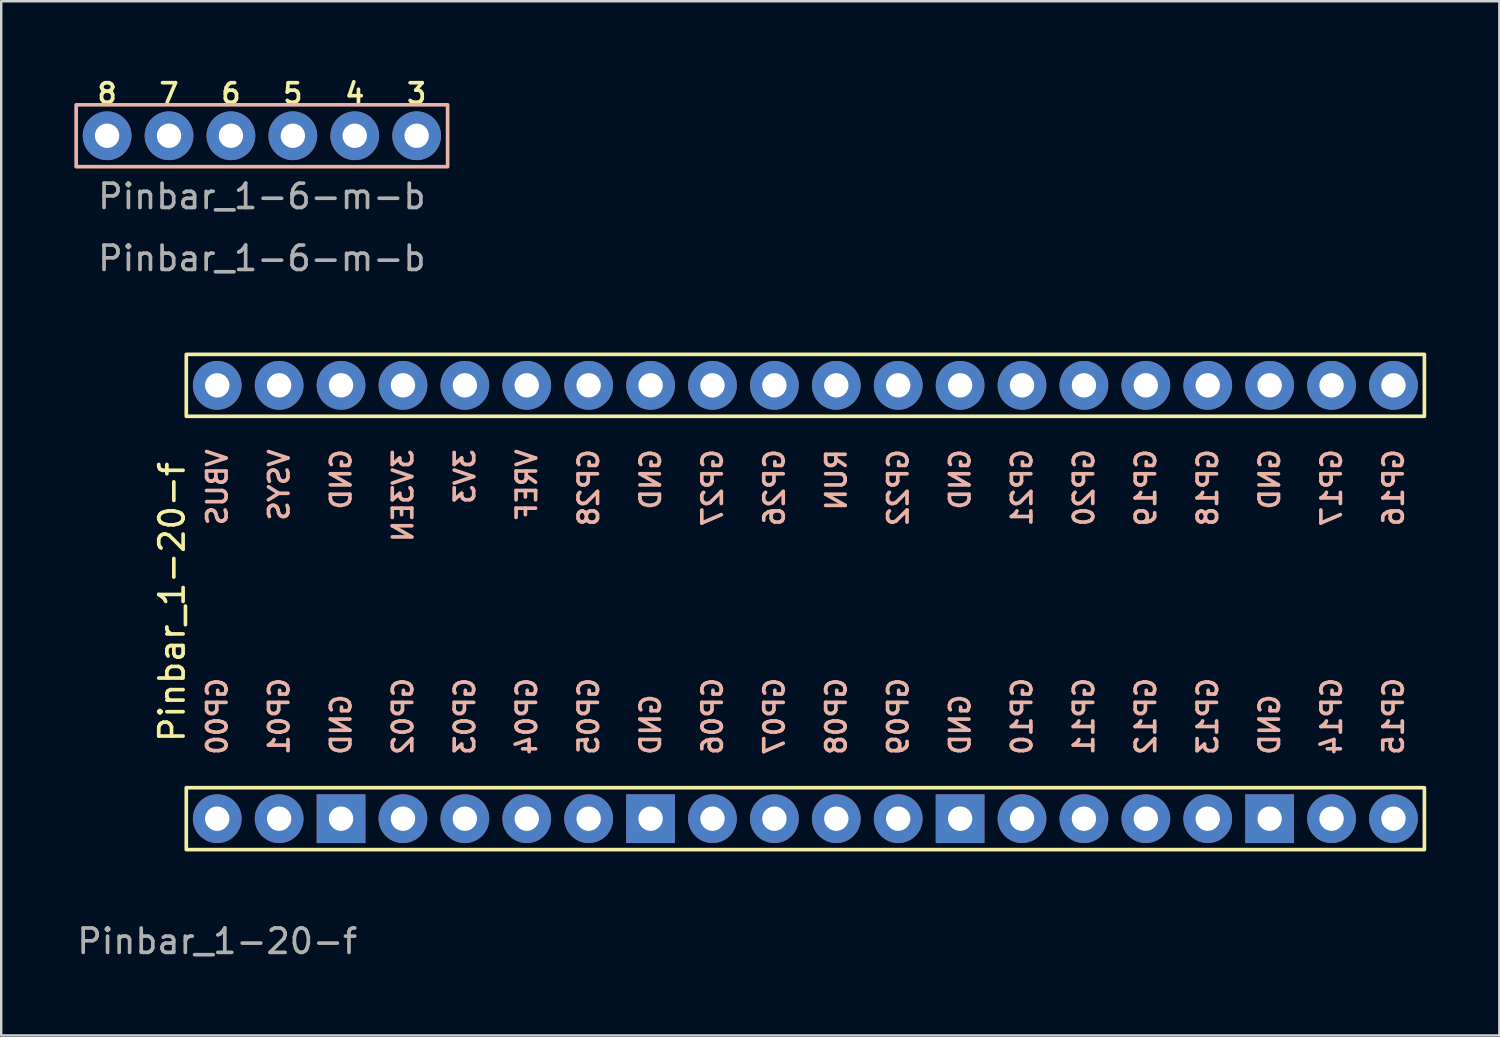
<source format=kicad_pcb>
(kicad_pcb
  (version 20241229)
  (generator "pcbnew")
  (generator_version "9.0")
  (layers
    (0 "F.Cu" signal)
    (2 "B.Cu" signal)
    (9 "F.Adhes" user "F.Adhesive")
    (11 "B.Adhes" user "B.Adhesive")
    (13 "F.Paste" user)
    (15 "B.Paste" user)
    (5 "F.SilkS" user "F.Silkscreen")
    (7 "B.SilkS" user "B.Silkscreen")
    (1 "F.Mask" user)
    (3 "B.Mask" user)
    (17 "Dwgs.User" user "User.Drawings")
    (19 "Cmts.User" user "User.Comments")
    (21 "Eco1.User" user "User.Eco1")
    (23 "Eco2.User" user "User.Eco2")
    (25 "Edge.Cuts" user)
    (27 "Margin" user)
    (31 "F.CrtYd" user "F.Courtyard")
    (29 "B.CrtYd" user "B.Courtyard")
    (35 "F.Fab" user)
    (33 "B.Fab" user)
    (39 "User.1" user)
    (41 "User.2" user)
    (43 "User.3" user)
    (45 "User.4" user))
  (footprint "Pinbar_1-20-f"
    (layer "F.Cu")
    (at 5.863 30.54)
    (property "Reference" "Pinbar_1-20-f" (at -1.27 -8.89 90) (unlocked yes) (layer "F.SilkS") (effects (font (size 1 1) (thickness 0.15)) (justify bottom)))
    (attr through_hole)
    (fp_rect (start -1.27 -19.05) (end 49.53 -16.51) (stroke (width 0.15) (type default)) (fill no) (layer "F.SilkS"))
    (fp_rect (start -1.27 -1.27) (end 49.53 1.27) (stroke (width 0.15) (type default)) (fill no) (layer "F.SilkS"))
    (fp_text user "GP05" (at 15.24 -2.54 90) (unlocked yes) (layer "B.SilkS") (effects (font (size 0.8 0.8) (thickness 0.15)) (justify right mirror)))
    (fp_text user "GP08" (at 25.4 -2.54 90) (unlocked yes) (layer "B.SilkS") (effects (font (size 0.8 0.8) (thickness 0.15)) (justify right mirror)))
    (fp_text user "GP04" (at 12.7 -2.54 90) (unlocked yes) (layer "B.SilkS") (effects (font (size 0.8 0.8) (thickness 0.15)) (justify right mirror)))
    (fp_text user "GP28" (at 15.24 -15.24 90) (unlocked yes) (layer "B.SilkS") (effects (font (size 0.8 0.8) (thickness 0.15)) (justify left mirror)))
    (fp_text user "GND" (at 30.48 -15.24 90) (unlocked yes) (layer "B.SilkS") (effects (font (size 0.8 0.8) (thickness 0.15)) (justify left mirror)))
    (fp_text user "GP12" (at 38.1 -2.54 90) (unlocked yes) (layer "B.SilkS") (effects (font (size 0.8 0.8) (thickness 0.15)) (justify right mirror)))
    (fp_text user "GP03" (at 10.16 -2.54 90) (unlocked yes) (layer "B.SilkS") (effects (font (size 0.8 0.8) (thickness 0.15)) (justify right mirror)))
    (fp_text user "GND" (at 43.18 -2.54 90) (unlocked yes) (layer "B.SilkS") (effects (font (size 0.8 0.8) (thickness 0.15)) (justify right mirror)))
    (fp_text user "GND" (at 17.78 -15.24 90) (unlocked yes) (layer "B.SilkS") (effects (font (size 0.8 0.8) (thickness 0.15)) (justify left mirror)))
    (fp_text user "GP17" (at 45.72 -15.24 90) (unlocked yes) (layer "B.SilkS") (effects (font (size 0.8 0.8) (thickness 0.15)) (justify left mirror)))
    (fp_text user "3V3" (at 10.16 -15.24 90) (unlocked yes) (layer "B.SilkS") (effects (font (size 0.8 0.8) (thickness 0.15)) (justify left mirror)))
    (fp_text user "GND" (at 5.08 -15.24 90) (unlocked yes) (layer "B.SilkS") (effects (font (size 0.8 0.8) (thickness 0.15)) (justify left mirror)))
    (fp_text user "GND" (at 30.48 -2.54 90) (unlocked yes) (layer "B.SilkS") (effects (font (size 0.8 0.8) (thickness 0.15)) (justify right mirror)))
    (fp_text user "GP10" (at 33.02 -2.54 90) (unlocked yes) (layer "B.SilkS") (effects (font (size 0.8 0.8) (thickness 0.15)) (justify right mirror)))
    (fp_text user "VSYS" (at 2.54 -15.24 90) (unlocked yes) (layer "B.SilkS") (effects (font (size 0.8 0.8) (thickness 0.15)) (justify left mirror)))
    (fp_text user "GP07" (at 22.86 -2.54 90) (unlocked yes) (layer "B.SilkS") (effects (font (size 0.8 0.8) (thickness 0.15)) (justify right mirror)))
    (fp_text user "GP22" (at 27.94 -15.24 90) (unlocked yes) (layer "B.SilkS") (effects (font (size 0.8 0.8) (thickness 0.15)) (justify left mirror)))
    (fp_text user "GP20" (at 35.56 -15.24 90) (unlocked yes) (layer "B.SilkS") (effects (font (size 0.8 0.8) (thickness 0.15)) (justify left mirror)))
    (fp_text user "GP16" (at 48.26 -15.24 90) (unlocked yes) (layer "B.SilkS") (effects (font (size 0.8 0.8) (thickness 0.15)) (justify left mirror)))
    (fp_text user "GP09" (at 27.94 -2.54 90) (unlocked yes) (layer "B.SilkS") (effects (font (size 0.8 0.8) (thickness 0.15)) (justify right mirror)))
    (fp_text user "GP26" (at 22.86 -15.24 90) (unlocked yes) (layer "B.SilkS") (effects (font (size 0.8 0.8) (thickness 0.15)) (justify left mirror)))
    (fp_text user "GND" (at 43.18 -15.24 90) (unlocked yes) (layer "B.SilkS") (effects (font (size 0.8 0.8) (thickness 0.15)) (justify left mirror)))
    (fp_text user "RUN" (at 25.4 -15.24 90) (unlocked yes) (layer "B.SilkS") (effects (font (size 0.8 0.8) (thickness 0.15)) (justify left mirror)))
    (fp_text user "VREF" (at 12.7 -15.24 90) (unlocked yes) (layer "B.SilkS") (effects (font (size 0.8 0.8) (thickness 0.15)) (justify left mirror)))
    (fp_text user "GP13" (at 40.64 -2.54 90) (unlocked yes) (layer "B.SilkS") (effects (font (size 0.8 0.8) (thickness 0.15)) (justify right mirror)))
    (fp_text user "GP14" (at 45.72 -2.54 90) (unlocked yes) (layer "B.SilkS") (effects (font (size 0.8 0.8) (thickness 0.15)) (justify right mirror)))
    (fp_text user "GND" (at 5.08 -2.54 90) (unlocked yes) (layer "B.SilkS") (effects (font (size 0.8 0.8) (thickness 0.15)) (justify right mirror)))
    (fp_text user "GP18" (at 40.64 -15.24 90) (unlocked yes) (layer "B.SilkS") (effects (font (size 0.8 0.8) (thickness 0.15)) (justify left mirror)))
    (fp_text user "GP15" (at 48.26 -2.54 90) (unlocked yes) (layer "B.SilkS") (effects (font (size 0.8 0.8) (thickness 0.15)) (justify right mirror)))
    (fp_text user "GP19" (at 38.1 -15.24 90) (unlocked yes) (layer "B.SilkS") (effects (font (size 0.8 0.8) (thickness 0.15)) (justify left mirror)))
    (fp_text user "GP06" (at 20.32 -2.54 90) (unlocked yes) (layer "B.SilkS") (effects (font (size 0.8 0.8) (thickness 0.15)) (justify right mirror)))
    (fp_text user "GP01" (at 2.54 -2.54 90) (unlocked yes) (layer "B.SilkS") (effects (font (size 0.8 0.8) (thickness 0.15)) (justify right mirror)))
    (fp_text user "GP02" (at 7.62 -2.54 90) (unlocked yes) (layer "B.SilkS") (effects (font (size 0.8 0.8) (thickness 0.15)) (justify right mirror)))
    (fp_text user "GP21" (at 33.02 -15.24 90) (unlocked yes) (layer "B.SilkS") (effects (font (size 0.8 0.8) (thickness 0.15)) (justify left mirror)))
    (fp_text user "VBUS" (at 0 -15.24 90) (unlocked yes) (layer "B.SilkS") (effects (font (size 0.8 0.8) (thickness 0.15)) (justify left mirror)))
    (fp_text user "GP00" (at 0 -2.54 90) (unlocked yes) (layer "B.SilkS") (effects (font (size 0.8 0.8) (thickness 0.15)) (justify right mirror)))
    (fp_text user "GP11" (at 35.56 -2.54 90) (unlocked yes) (layer "B.SilkS") (effects (font (size 0.8 0.8) (thickness 0.15)) (justify right mirror)))
    (fp_text user "GND" (at 17.78 -2.54 90) (unlocked yes) (layer "B.SilkS") (effects (font (size 0.8 0.8) (thickness 0.15)) (justify right mirror)))
    (fp_text user "GP27" (at 20.32 -15.24 90) (unlocked yes) (layer "B.SilkS") (effects (font (size 0.8 0.8) (thickness 0.15)) (justify left mirror)))
    (fp_text user "3V3EN" (at 7.62 -15.24 90) (unlocked yes) (layer "B.SilkS") (effects (font (size 0.8 0.8) (thickness 0.15)) (justify left mirror)))
    (fp_text user "${REFERENCE}" (at 0 4.445 0) (unlocked yes) (layer "F.Fab") (effects (font (size 1 1) (thickness 0.15)) (justify top)))
    (pad "1" thru_hole circle (at 0 0) (size 2 2) (drill 1) (layers "*.Cu" "B.Mask"))
    (pad "2" thru_hole circle (at 2.54 0) (size 2 2) (drill 1) (layers "*.Cu" "B.Mask"))
    (pad "3" thru_hole rect (at 5.08 0) (size 2 2) (drill 1) (layers "*.Cu" "B.Mask"))
    (pad "4" thru_hole circle (at 7.62 0) (size 2 2) (drill 1) (layers "*.Cu" "B.Mask"))
    (pad "5" thru_hole circle (at 10.16 0) (size 2 2) (drill 1) (layers "*.Cu" "B.Mask"))
    (pad "6" thru_hole circle (at 12.7 0) (size 2 2) (drill 1) (layers "*.Cu" "B.Mask"))
    (pad "7" thru_hole circle (at 15.24 0) (size 2 2) (drill 1) (layers "*.Cu" "B.Mask"))
    (pad "8" thru_hole rect (at 17.78 0) (size 2 2) (drill 1) (layers "*.Cu" "B.Mask"))
    (pad "9" thru_hole circle (at 20.32 0) (size 2 2) (drill 1) (layers "*.Cu" "B.Mask"))
    (pad "10" thru_hole circle (at 22.86 0) (size 2 2) (drill 1) (layers "*.Cu" "B.Mask"))
    (pad "11" thru_hole circle (at 25.4 0) (size 2 2) (drill 1) (layers "*.Cu" "B.Mask"))
    (pad "12" thru_hole circle (at 27.94 0) (size 2 2) (drill 1) (layers "*.Cu" "B.Mask"))
    (pad "13" thru_hole rect (at 30.48 0) (size 2 2) (drill 1) (layers "*.Cu" "B.Mask"))
    (pad "14" thru_hole circle (at 33.02 0) (size 2 2) (drill 1) (layers "*.Cu" "B.Mask"))
    (pad "15" thru_hole circle (at 35.56 0) (size 2 2) (drill 1) (layers "*.Cu" "B.Mask"))
    (pad "16" thru_hole circle (at 38.1 0) (size 2 2) (drill 1) (layers "*.Cu" "B.Mask"))
    (pad "17" thru_hole circle (at 40.64 0) (size 2 2) (drill 1) (layers "*.Cu" "B.Mask"))
    (pad "18" thru_hole rect (at 43.18 0) (size 2 2) (drill 1) (layers "*.Cu" "B.Mask"))
    (pad "19" thru_hole circle (at 45.72 0) (size 2 2) (drill 1) (layers "*.Cu" "B.Mask"))
    (pad "20" thru_hole circle (at 48.26 0) (size 2 2) (drill 1) (layers "*.Cu" "B.Mask"))
    (pad "21" thru_hole circle (at 48.26 -17.78) (size 2 2) (drill 1) (layers "*.Cu" "B.Mask"))
    (pad "22" thru_hole circle (at 45.72 -17.78) (size 2 2) (drill 1) (layers "*.Cu" "B.Mask"))
    (pad "23" thru_hole circle (at 43.18 -17.78) (size 2 2) (drill 1) (layers "*.Cu" "B.Mask"))
    (pad "24" thru_hole circle (at 40.64 -17.78) (size 2 2) (drill 1) (layers "*.Cu" "B.Mask"))
    (pad "25" thru_hole circle (at 38.1 -17.78) (size 2 2) (drill 1) (layers "*.Cu" "B.Mask"))
    (pad "26" thru_hole circle (at 35.56 -17.78) (size 2 2) (drill 1) (layers "*.Cu" "B.Mask"))
    (pad "27" thru_hole circle (at 33.02 -17.78) (size 2 2) (drill 1) (layers "*.Cu" "B.Mask"))
    (pad "28" thru_hole circle (at 30.48 -17.78) (size 2 2) (drill 1) (layers "*.Cu" "B.Mask"))
    (pad "29" thru_hole circle (at 27.94 -17.78) (size 2 2) (drill 1) (layers "*.Cu" "B.Mask"))
    (pad "30" thru_hole circle (at 25.4 -17.78) (size 2 2) (drill 1) (layers "*.Cu" "B.Mask"))
    (pad "31" thru_hole circle (at 22.86 -17.78) (size 2 2) (drill 1) (layers "*.Cu" "B.Mask"))
    (pad "32" thru_hole circle (at 20.32 -17.78) (size 2 2) (drill 1) (layers "*.Cu" "B.Mask"))
    (pad "33" thru_hole circle (at 17.78 -17.78) (size 2 2) (drill 1) (layers "*.Cu" "B.Mask"))
    (pad "34" thru_hole circle (at 15.24 -17.78) (size 2 2) (drill 1) (layers "*.Cu" "B.Mask"))
    (pad "35" thru_hole circle (at 12.7 -17.78) (size 2 2) (drill 1) (layers "*.Cu" "B.Mask"))
    (pad "36" thru_hole circle (at 10.16 -17.78) (size 2 2) (drill 1) (layers "*.Cu" "B.Mask"))
    (pad "37" thru_hole circle (at 7.62 -17.78) (size 2 2) (drill 1) (layers "*.Cu" "B.Mask"))
    (pad "38" thru_hole circle (at 5.08 -17.78) (size 2 2) (drill 1) (layers "*.Cu" "B.Mask"))
    (pad "39" thru_hole circle (at 2.54 -17.78) (size 2 2) (drill 1) (layers "*.Cu" "B.Mask"))
    (pad "40" thru_hole circle (at 0 -17.78) (size 2 2) (drill 1) (layers "*.Cu" "B.Mask")))
  (footprint "Pinbar_1-6-m-b"
    (layer "F.Cu")
    (at 1.345 2.52)
    (property "Reference" "Pinbar_1-6-m-b" (at 6.35 1.905 0) (unlocked yes) (layer "F.Fab") (effects (font (size 1 1) (thickness 0.15)) (justify top)))
    (attr through_hole)
    (fp_rect (start -1.27 -1.27) (end 13.97 1.27) (stroke (width 0.15) (type default)) (fill no) (layer "B.SilkS"))
    (fp_text user "3" (at 12.7 -1.27 0) (unlocked yes) (layer "F.SilkS") (effects (font (size 0.8 0.8) (thickness 0.15)) (justify bottom)))
    (fp_text user "8" (at 0 -1.27 0) (unlocked yes) (layer "F.SilkS") (effects (font (size 0.8 0.8) (thickness 0.15)) (justify bottom)))
    (fp_text user "7" (at 2.54 -1.27 0) (unlocked yes) (layer "F.SilkS") (effects (font (size 0.8 0.8) (thickness 0.15)) (justify bottom)))
    (fp_text user "4" (at 10.16 -1.27 0) (unlocked yes) (layer "F.SilkS") (effects (font (size 0.8 0.8) (thickness 0.15)) (justify bottom)))
    (fp_text user "5" (at 7.62 -1.27 0) (unlocked yes) (layer "F.SilkS") (effects (font (size 0.8 0.8) (thickness 0.15)) (justify bottom)))
    (fp_text user "6" (at 5.08 -1.27 0) (unlocked yes) (layer "F.SilkS") (effects (font (size 0.8 0.8) (thickness 0.15)) (justify bottom)))
    (fp_text user "${REFERENCE}" (at 6.35 4.445 0) (unlocked yes) (layer "F.Fab") (effects (font (size 1 1) (thickness 0.15)) (justify top)))
    (pad "1" thru_hole circle (at 0 0) (size 2 2) (drill 1) (layers "*.Cu" "F.Mask"))
    (pad "2" thru_hole circle (at 2.54 0) (size 2 2) (drill 1) (layers "*.Cu" "F.Mask"))
    (pad "3" thru_hole circle (at 5.08 0) (size 2 2) (drill 1) (layers "*.Cu" "F.Mask"))
    (pad "4" thru_hole circle (at 7.62 0) (size 2 2) (drill 1) (layers "*.Cu" "F.Mask"))
    (pad "5" thru_hole circle (at 10.16 0) (size 2 2) (drill 1) (layers "*.Cu" "F.Mask"))
    (pad "6" thru_hole circle (at 12.7 0) (size 2 2) (drill 1) (layers "*.Cu" "F.Mask")))
  (gr_rect
    (start -3 -3)
    (end 58.468 39.435)
    (stroke (width 0.1) (type default))
    (fill no)
    (layer "Edge.Cuts")))
</source>
